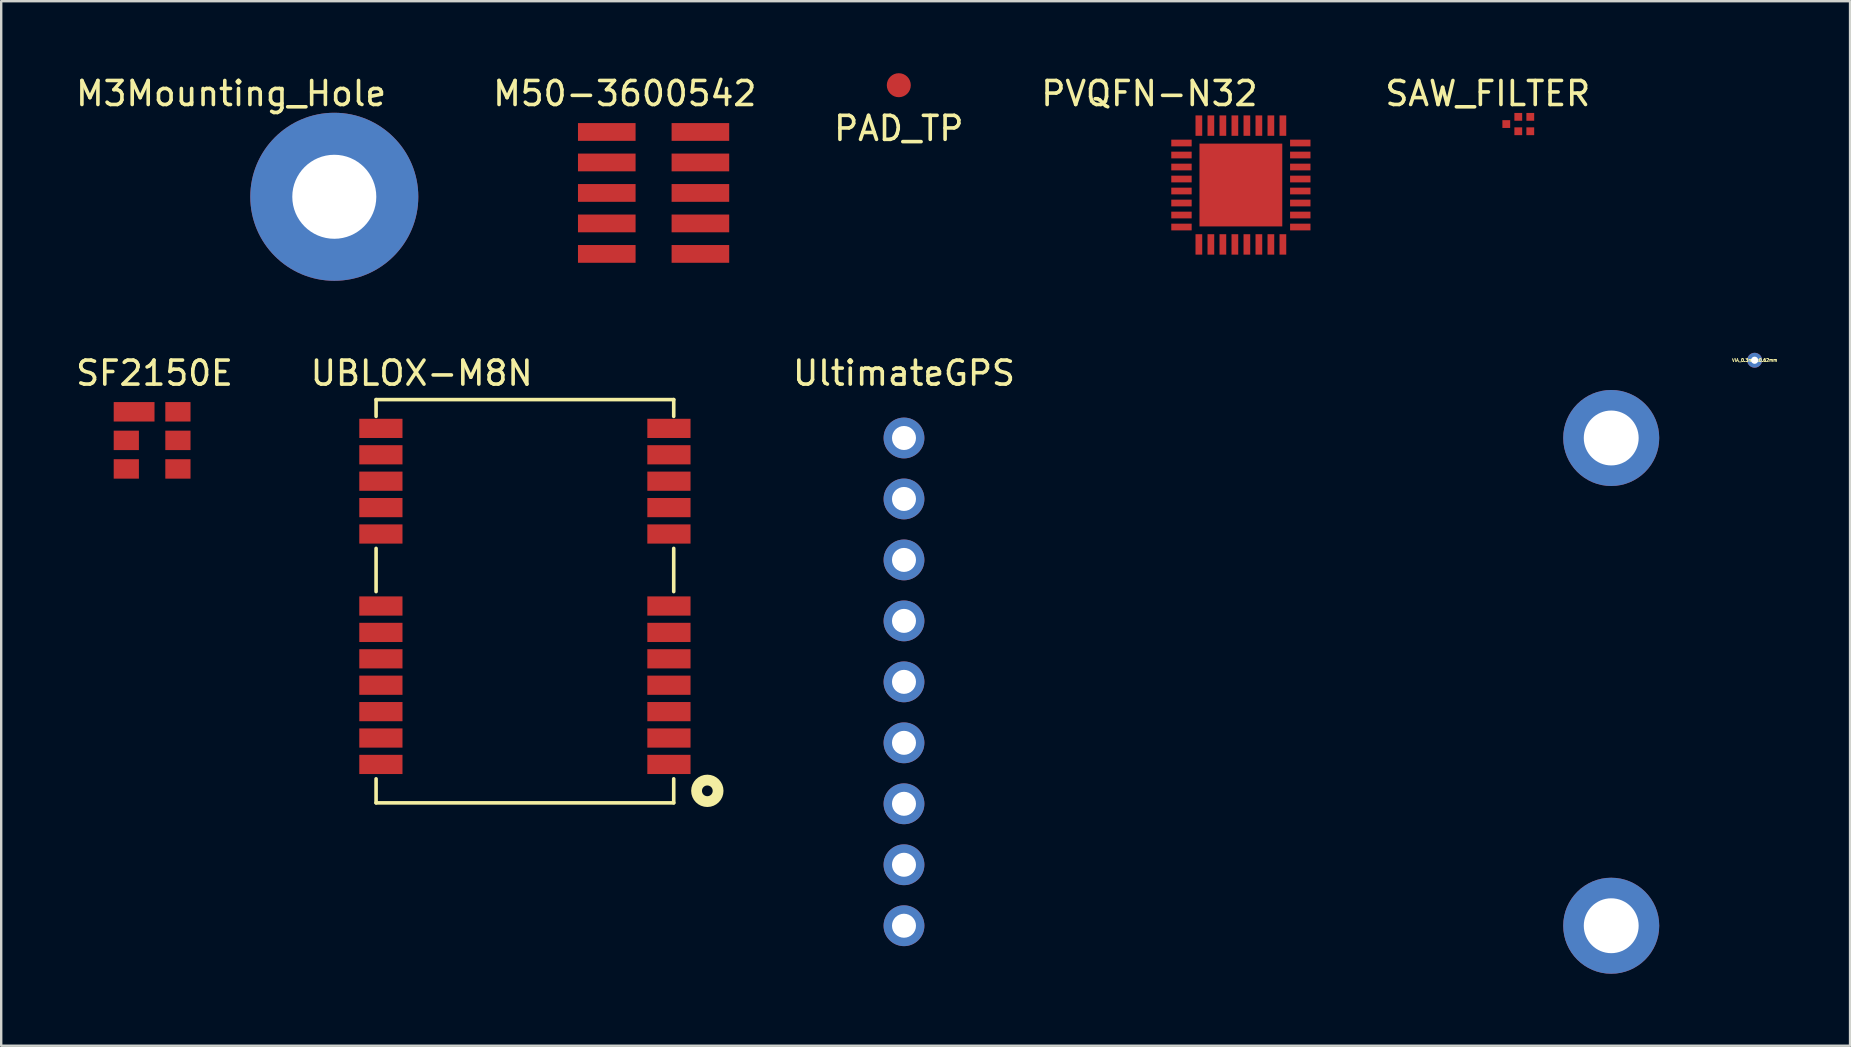
<source format=kicad_pcb>
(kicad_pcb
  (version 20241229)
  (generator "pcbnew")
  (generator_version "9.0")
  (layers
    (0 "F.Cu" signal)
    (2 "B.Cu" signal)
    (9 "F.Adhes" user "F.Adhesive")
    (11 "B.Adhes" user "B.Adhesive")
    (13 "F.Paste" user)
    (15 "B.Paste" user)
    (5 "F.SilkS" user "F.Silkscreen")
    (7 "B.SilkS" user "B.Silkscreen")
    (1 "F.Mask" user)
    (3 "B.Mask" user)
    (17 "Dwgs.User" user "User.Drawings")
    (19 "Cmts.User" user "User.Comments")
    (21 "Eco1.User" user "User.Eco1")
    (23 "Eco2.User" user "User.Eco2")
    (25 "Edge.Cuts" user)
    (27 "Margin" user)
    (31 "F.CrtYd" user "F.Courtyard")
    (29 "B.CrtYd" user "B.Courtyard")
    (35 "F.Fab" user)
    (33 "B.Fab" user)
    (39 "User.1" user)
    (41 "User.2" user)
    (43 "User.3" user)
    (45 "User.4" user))
  (footprint "VIA_0.3mmx0.62mm"
    (layer "F.Cu")
    (at 70.05 11.958)
    (property "Reference" "VIA_0.3mmx0.62mm" (at 0 0 0) (layer "F.SilkS") (effects (font (size 0.127 0.127) (thickness 0.032))))
    (attr through_hole)
    (pad "1" thru_hole circle (at 0 0) (size 0.62 0.62) (drill 0.3) (layers "*.Cu")))
  (footprint "M50-3600542"
    (layer "F.Cu")
    (at 24.179 2.448)
    (property "Reference" "M50-3600542" (at -1.2 -1.6 0) (layer "F.SilkS") (effects (font (size 1 1) (thickness 0.15))))
    (attr through_hole)
    (pad "1" smd rect (at -1.95 0) (size 2.4 0.74) (layers "F.Cu" "F.Mask" "F.Paste"))
    (pad "2" smd rect (at -1.95 1.27) (size 2.4 0.74) (layers "F.Cu" "F.Mask" "F.Paste"))
    (pad "3" smd rect (at -1.95 2.54) (size 2.4 0.74) (layers "F.Cu" "F.Mask" "F.Paste"))
    (pad "4" smd rect (at -1.95 3.81) (size 2.4 0.74) (layers "F.Cu" "F.Mask" "F.Paste"))
    (pad "5" smd rect (at -1.95 5.08) (size 2.4 0.74) (layers "F.Cu" "F.Mask" "F.Paste"))
    (pad "6" smd rect (at 1.95 0) (size 2.4 0.74) (layers "F.Cu" "F.Mask" "F.Paste"))
    (pad "7" smd rect (at 1.95 1.27) (size 2.4 0.74) (layers "F.Cu" "F.Mask" "F.Paste"))
    (pad "8" smd rect (at 1.95 2.54) (size 2.4 0.74) (layers "F.Cu" "F.Mask" "F.Paste"))
    (pad "9" smd rect (at 1.95 3.81) (size 2.4 0.74) (layers "F.Cu" "F.Mask" "F.Paste"))
    (pad "10" smd rect (at 1.95 5.08) (size 2.4 0.74) (layers "F.Cu" "F.Mask" "F.Paste")))
  (footprint "UltimateGPS"
    (layer "F.Cu")
    (at 34.611 15.197)
    (property "Reference" "UltimateGPS" (at 0 -2.7 0) (layer "F.SilkS") (effects (font (size 1 1) (thickness 0.15))))
    (attr through_hole)
    (pad "1" thru_hole circle (at 0 0) (size 1.7 1.7) (drill 1) (layers "*.Cu" "*.Mask"))
    (pad "2" thru_hole circle (at 0 2.54) (size 1.7 1.7) (drill 1) (layers "*.Cu" "*.Mask"))
    (pad "3" thru_hole circle (at 0 5.08) (size 1.7 1.7) (drill 1) (layers "*.Cu" "*.Mask"))
    (pad "4" thru_hole circle (at 0 7.62) (size 1.7 1.7) (drill 1) (layers "*.Cu" "*.Mask"))
    (pad "5" thru_hole circle (at 0 10.16) (size 1.7 1.7) (drill 1) (layers "*.Cu" "*.Mask"))
    (pad "6" thru_hole circle (at 0 12.7) (size 1.7 1.7) (drill 1) (layers "*.Cu" "*.Mask"))
    (pad "7" thru_hole circle (at 0 15.24) (size 1.7 1.7) (drill 1) (layers "*.Cu" "*.Mask"))
    (pad "8" thru_hole circle (at 0 17.78) (size 1.7 1.7) (drill 1) (layers "*.Cu" "*.Mask"))
    (pad "9" thru_hole circle (at 0 20.32) (size 1.7 1.7) (drill 1) (layers "*.Cu" "*.Mask"))
    (pad "10" thru_hole circle (at 29.464 0) (size 4 4) (drill 2.286) (layers "*.Cu" "*.Mask"))
    (pad "10" thru_hole circle (at 29.464 20.32) (size 4 4) (drill 2.286) (layers "*.Cu" "*.Mask")))
  (footprint "UBLOX-M8N"
    (layer "F.Cu")
    (at 18.818 28.797)
    (property "Reference" "UBLOX-M8N" (at -4.3 -16.3 0) (layer "F.SilkS") (effects (font (size 1 1) (thickness 0.15))))
    (attr through_hole)
    (fp_line (start -6.2 -15.2) (end 6.2 -15.2) (stroke (width 0.15) (type solid)) (layer "F.SilkS"))
    (fp_line (start -6.2 -14.5) (end -6.2 -15.2) (stroke (width 0.15) (type solid)) (layer "F.SilkS"))
    (fp_line (start -6.2 -7.2) (end -6.2 -9) (stroke (width 0.15) (type solid)) (layer "F.SilkS"))
    (fp_line (start -6.2 1.6) (end -6.2 0.6) (stroke (width 0.15) (type solid)) (layer "F.SilkS"))
    (fp_line (start 6.2 -15.2) (end 6.2 -14.5) (stroke (width 0.15) (type solid)) (layer "F.SilkS"))
    (fp_line (start 6.2 -7.2) (end 6.2 -9) (stroke (width 0.15) (type solid)) (layer "F.SilkS"))
    (fp_line (start 6.2 0.6) (end 6.2 1.6) (stroke (width 0.15) (type solid)) (layer "F.SilkS"))
    (fp_line (start 6.2 1.6) (end -6.2 1.6) (stroke (width 0.15) (type solid)) (layer "F.SilkS"))
    (fp_circle (center 7.6 1.1) (end 7.7 1.3) (stroke (width 0.45) (type solid)) (fill no) (layer "F.SilkS"))
    (pad "1" smd rect (at 6 0) (size 1.8 0.8) (layers "F.Cu" "F.Mask" "F.Paste"))
    (pad "2" smd rect (at 6 -1.1) (size 1.8 0.8) (layers "F.Cu" "F.Mask" "F.Paste"))
    (pad "3" smd rect (at 6 -2.2) (size 1.8 0.8) (layers "F.Cu" "F.Mask" "F.Paste"))
    (pad "4" smd rect (at 6 -3.3) (size 1.8 0.8) (layers "F.Cu" "F.Mask" "F.Paste"))
    (pad "5" smd rect (at 6 -4.4) (size 1.8 0.8) (layers "F.Cu" "F.Mask" "F.Paste"))
    (pad "6" smd rect (at 6 -5.5) (size 1.8 0.8) (layers "F.Cu" "F.Mask" "F.Paste"))
    (pad "7" smd rect (at 6 -6.6) (size 1.8 0.8) (layers "F.Cu" "F.Mask" "F.Paste"))
    (pad "8" smd rect (at 6 -9.6) (size 1.8 0.8) (layers "F.Cu" "F.Mask" "F.Paste"))
    (pad "9" smd rect (at 6 -10.7) (size 1.8 0.8) (layers "F.Cu" "F.Mask" "F.Paste"))
    (pad "10" smd rect (at 6 -11.8) (size 1.8 0.8) (layers "F.Cu" "F.Mask" "F.Paste"))
    (pad "11" smd rect (at 6 -12.9) (size 1.8 0.8) (layers "F.Cu" "F.Mask" "F.Paste"))
    (pad "12" smd rect (at 6 -14) (size 1.8 0.8) (layers "F.Cu" "F.Mask" "F.Paste"))
    (pad "13" smd rect (at -6 -14) (size 1.8 0.8) (layers "F.Cu" "F.Mask" "F.Paste"))
    (pad "14" smd rect (at -6 -12.9) (size 1.8 0.8) (layers "F.Cu" "F.Mask" "F.Paste"))
    (pad "15" smd rect (at -6 -11.8) (size 1.8 0.8) (layers "F.Cu" "F.Mask" "F.Paste"))
    (pad "16" smd rect (at -6 -10.7) (size 1.8 0.8) (layers "F.Cu" "F.Mask" "F.Paste"))
    (pad "17" smd rect (at -6 -9.6) (size 1.8 0.8) (layers "F.Cu" "F.Mask" "F.Paste"))
    (pad "18" smd rect (at -6 -6.6) (size 1.8 0.8) (layers "F.Cu" "F.Mask" "F.Paste"))
    (pad "19" smd rect (at -6 -5.5) (size 1.8 0.8) (layers "F.Cu" "F.Mask" "F.Paste"))
    (pad "20" smd rect (at -6 -4.4) (size 1.8 0.8) (layers "F.Cu" "F.Mask" "F.Paste"))
    (pad "21" smd rect (at -6 -3.3) (size 1.8 0.8) (layers "F.Cu" "F.Mask" "F.Paste"))
    (pad "22" smd rect (at -6 -2.2) (size 1.8 0.8) (layers "F.Cu" "F.Mask" "F.Paste"))
    (pad "23" smd rect (at -6 -1.1) (size 1.8 0.8) (layers "F.Cu" "F.Mask" "F.Paste"))
    (pad "24" smd rect (at -6 0) (size 1.8 0.8) (layers "F.Cu" "F.Mask" "F.Paste")))
  (footprint "PAD_TP"
    (layer "F.Cu")
    (at 34.395 0.5)
    (property "Reference" "PAD_TP" (at 0 1.8 0) (layer "F.SilkS") (effects (font (size 1 1) (thickness 0.15))))
    (attr through_hole)
    (pad "1" smd circle (at 0 0) (size 1 1) (layers "F.Cu" "F.Mask" "F.Paste")))
  (footprint "SAW_FILTER"
    (layer "F.Cu")
    (at 60.203 2.118)
    (property "Reference" "SAW_FILTER" (at -1.27 -1.27 0) (layer "F.SilkS") (effects (font (size 1 1) (thickness 0.15))))
    (attr through_hole)
    (pad "1" smd rect (at -0.5 0) (size 0.325 0.325) (layers "F.Cu" "F.Mask" "F.Paste"))
    (pad "2" smd rect (at 0 0.3) (size 0.325 0.325) (layers "F.Cu" "F.Mask" "F.Paste"))
    (pad "3" smd rect (at 0.5 0.3) (size 0.325 0.325) (layers "F.Cu" "F.Mask" "F.Paste"))
    (pad "4" smd rect (at 0.5 -0.3) (size 0.325 0.325) (layers "F.Cu" "F.Mask" "F.Paste"))
    (pad "5" smd rect (at 0 -0.3) (size 0.325 0.325) (layers "F.Cu" "F.Mask" "F.Paste")))
  (footprint "SF2150E"
    (layer "F.Cu")
    (at 3.287 15.296)
    (property "Reference" "SF2150E" (at 0.1 -2.8 0) (layer "F.SilkS") (effects (font (size 1 1) (thickness 0.15))))
    (attr through_hole)
    (pad "1" smd rect (at -0.75 -1.19) (size 1.7 0.81) (layers "F.Cu" "F.Mask" "F.Paste"))
    (pad "2" smd rect (at -1.075 0) (size 1.05 0.81) (layers "F.Cu" "F.Mask" "F.Paste"))
    (pad "3" smd rect (at -1.075 1.19) (size 1.05 0.81) (layers "F.Cu" "F.Mask" "F.Paste"))
    (pad "4" smd rect (at 1.075 1.19) (size 1.05 0.81) (layers "F.Cu" "F.Mask" "F.Paste"))
    (pad "5" smd rect (at 1.075 0) (size 1.05 0.81) (layers "F.Cu" "F.Mask" "F.Paste"))
    (pad "6" smd rect (at 1.075 -1.19) (size 1.05 0.81) (layers "F.Cu" "F.Mask" "F.Paste")))
  (footprint "PVQFN-N32"
    (layer "F.Cu")
    (at 48.646 4.658)
    (property "Reference" "PVQFN-N32" (at -3.81 -3.81 0) (layer "F.SilkS") (effects (font (size 1 1) (thickness 0.15))))
    (attr through_hole)
    (pad "1" smd rect (at -2.475 -1.75) (size 0.85 0.28) (layers "F.Cu" "F.Mask" "F.Paste"))
    (pad "2" smd rect (at -2.475 -1.25) (size 0.85 0.28) (layers "F.Cu" "F.Mask" "F.Paste"))
    (pad "3" smd rect (at -2.475 -0.75) (size 0.85 0.28) (layers "F.Cu" "F.Mask" "F.Paste"))
    (pad "4" smd rect (at -2.475 -0.25) (size 0.85 0.28) (layers "F.Cu" "F.Mask" "F.Paste"))
    (pad "5" smd rect (at -2.475 0.25) (size 0.85 0.28) (layers "F.Cu" "F.Mask" "F.Paste"))
    (pad "6" smd rect (at -2.475 0.75) (size 0.85 0.28) (layers "F.Cu" "F.Mask" "F.Paste"))
    (pad "7" smd rect (at -2.475 1.25) (size 0.85 0.28) (layers "F.Cu" "F.Mask" "F.Paste"))
    (pad "8" smd rect (at -2.475 1.75) (size 0.85 0.28) (layers "F.Cu" "F.Mask" "F.Paste"))
    (pad "9" smd rect (at -1.75 2.475) (size 0.28 0.85) (layers "F.Cu" "F.Mask" "F.Paste"))
    (pad "10" smd rect (at -1.25 2.475) (size 0.28 0.85) (layers "F.Cu" "F.Mask" "F.Paste"))
    (pad "11" smd rect (at -0.75 2.475) (size 0.28 0.85) (layers "F.Cu" "F.Mask" "F.Paste"))
    (pad "12" smd rect (at -0.25 2.475) (size 0.28 0.85) (layers "F.Cu" "F.Mask" "F.Paste"))
    (pad "13" smd rect (at 0.25 2.475) (size 0.28 0.85) (layers "F.Cu" "F.Mask" "F.Paste"))
    (pad "14" smd rect (at 0.75 2.475) (size 0.28 0.85) (layers "F.Cu" "F.Mask" "F.Paste"))
    (pad "15" smd rect (at 1.25 2.475) (size 0.28 0.85) (layers "F.Cu" "F.Mask" "F.Paste"))
    (pad "16" smd rect (at 1.75 2.475) (size 0.28 0.85) (layers "F.Cu" "F.Mask" "F.Paste"))
    (pad "17" smd rect (at 2.475 1.75) (size 0.85 0.28) (layers "F.Cu" "F.Mask" "F.Paste"))
    (pad "18" smd rect (at 2.475 1.25) (size 0.85 0.28) (layers "F.Cu" "F.Mask" "F.Paste"))
    (pad "19" smd rect (at 2.475 0.75) (size 0.85 0.28) (layers "F.Cu" "F.Mask" "F.Paste"))
    (pad "20" smd rect (at 2.475 0.25) (size 0.85 0.28) (layers "F.Cu" "F.Mask" "F.Paste"))
    (pad "21" smd rect (at 2.475 -0.25) (size 0.85 0.28) (layers "F.Cu" "F.Mask" "F.Paste"))
    (pad "22" smd rect (at 2.475 -0.75) (size 0.85 0.28) (layers "F.Cu" "F.Mask" "F.Paste"))
    (pad "23" smd rect (at 2.475 -1.25) (size 0.85 0.28) (layers "F.Cu" "F.Mask" "F.Paste"))
    (pad "24" smd rect (at 2.475 -1.75) (size 0.85 0.28) (layers "F.Cu" "F.Mask" "F.Paste"))
    (pad "25" smd rect (at 1.75 -2.475) (size 0.28 0.85) (layers "F.Cu" "F.Mask" "F.Paste"))
    (pad "26" smd rect (at 1.25 -2.475) (size 0.28 0.85) (layers "F.Cu" "F.Mask" "F.Paste"))
    (pad "27" smd rect (at 0.75 -2.475) (size 0.28 0.85) (layers "F.Cu" "F.Mask" "F.Paste"))
    (pad "28" smd rect (at 0.25 -2.475) (size 0.28 0.85) (layers "F.Cu" "F.Mask" "F.Paste"))
    (pad "29" smd rect (at -0.25 -2.475) (size 0.28 0.85) (layers "F.Cu" "F.Mask" "F.Paste"))
    (pad "30" smd rect (at -0.75 -2.475) (size 0.28 0.85) (layers "F.Cu" "F.Mask" "F.Paste"))
    (pad "31" smd rect (at -1.25 -2.475) (size 0.28 0.85) (layers "F.Cu" "F.Mask" "F.Paste"))
    (pad "32" smd rect (at -1.75 -2.475) (size 0.28 0.85) (layers "F.Cu" "F.Mask" "F.Paste"))
    (pad "33" smd rect (at 0 0) (size 3.45 3.45) (layers "F.Cu" "F.Mask" "F.Paste")))
  (footprint "M3Mounting_Hole"
    (layer "F.Cu")
    (at 10.877 5.148)
    (property "Reference" "M3Mounting_Hole" (at -4.3 -4.3 0) (layer "F.SilkS") (effects (font (size 1 1) (thickness 0.15))))
    (attr through_hole)
    (pad "1" thru_hole circle (at 0 0) (size 7 7) (drill 3.5) (layers "*.Cu" "*.Mask")))
  (gr_rect
    (start -3 -3)
    (end 74.025 40.517)
    (stroke (width 0.1) (type default))
    (fill no)
    (layer "Edge.Cuts")))
</source>
